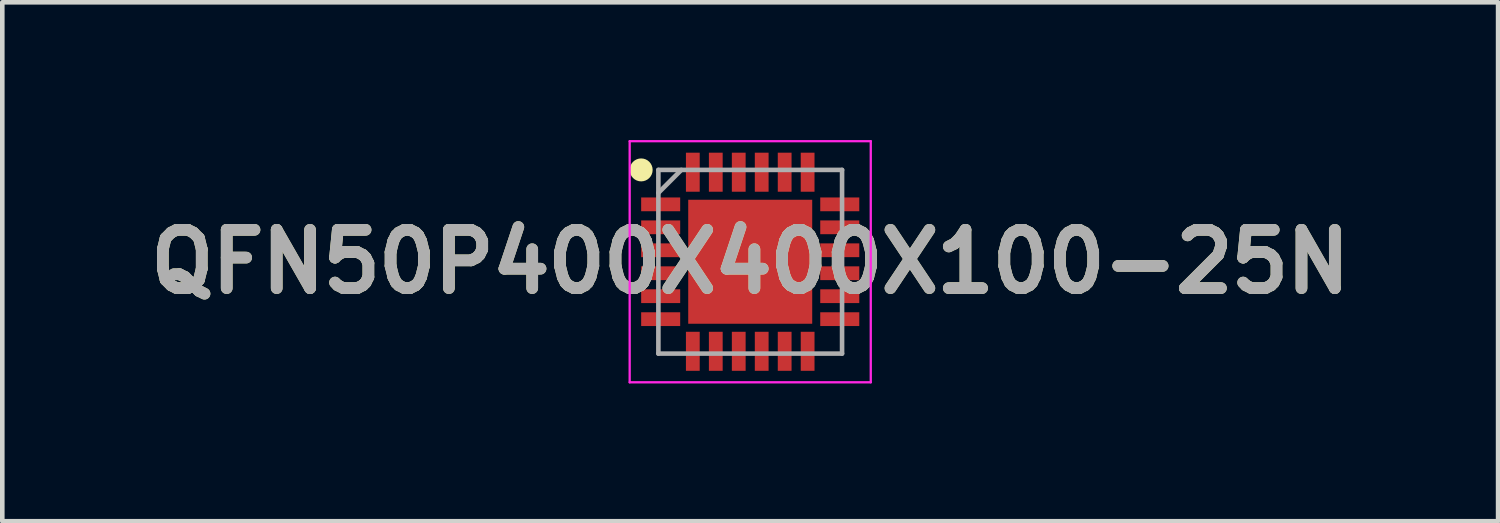
<source format=kicad_pcb>
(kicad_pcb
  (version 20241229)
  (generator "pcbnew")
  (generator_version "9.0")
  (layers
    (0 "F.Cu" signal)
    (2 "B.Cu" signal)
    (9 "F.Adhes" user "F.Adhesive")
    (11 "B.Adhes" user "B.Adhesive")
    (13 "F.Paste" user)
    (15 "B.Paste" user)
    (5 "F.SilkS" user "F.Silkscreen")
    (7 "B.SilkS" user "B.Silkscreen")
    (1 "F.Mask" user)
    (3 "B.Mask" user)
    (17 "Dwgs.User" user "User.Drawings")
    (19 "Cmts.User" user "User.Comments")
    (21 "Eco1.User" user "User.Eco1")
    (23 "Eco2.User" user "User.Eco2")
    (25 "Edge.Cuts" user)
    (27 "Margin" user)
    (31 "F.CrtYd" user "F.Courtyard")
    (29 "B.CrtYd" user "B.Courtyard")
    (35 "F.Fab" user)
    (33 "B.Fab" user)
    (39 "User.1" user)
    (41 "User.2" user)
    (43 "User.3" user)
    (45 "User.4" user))
  (footprint "QFN50P400X400X100-25N"
    (layer "F.Cu")
    (at 13.287 2.65)
    (property "Reference" "QFN50P400X400X100-25N" (at 0 0 0) (layer "F.SilkS") (effects (font (size 1.27 1.27) (thickness 0.254))))
    (attr smd)
    (fp_circle (center -2.375 -2) (end -2.375 -1.875) (stroke (width 0.25) (type solid)) (fill no) (layer "F.SilkS"))
    (fp_line (start -2.625 -2.625) (end 2.625 -2.625) (stroke (width 0.05) (type solid)) (layer "F.CrtYd"))
    (fp_line (start -2.625 2.625) (end -2.625 -2.625) (stroke (width 0.05) (type solid)) (layer "F.CrtYd"))
    (fp_line (start 2.625 -2.625) (end 2.625 2.625) (stroke (width 0.05) (type solid)) (layer "F.CrtYd"))
    (fp_line (start 2.625 2.625) (end -2.625 2.625) (stroke (width 0.05) (type solid)) (layer "F.CrtYd"))
    (fp_line (start -2 -2) (end 2 -2) (stroke (width 0.1) (type solid)) (layer "F.Fab"))
    (fp_line (start -2 -1.5) (end -1.5 -2) (stroke (width 0.1) (type solid)) (layer "F.Fab"))
    (fp_line (start -2 2) (end -2 -2) (stroke (width 0.1) (type solid)) (layer "F.Fab"))
    (fp_line (start 2 -2) (end 2 2) (stroke (width 0.1) (type solid)) (layer "F.Fab"))
    (fp_line (start 2 2) (end -2 2) (stroke (width 0.1) (type solid)) (layer "F.Fab"))
    (fp_text user "${REFERENCE}" (at 0 0 0) (layer "F.Fab") (effects (font (size 1.27 1.27) (thickness 0.254))))
    (pad "1" smd rect (at -1.95 -1.25 90) (size 0.3 0.85) (layers "F.Cu" "F.Mask" "F.Paste"))
    (pad "2" smd rect (at -1.95 -0.75 90) (size 0.3 0.85) (layers "F.Cu" "F.Mask" "F.Paste"))
    (pad "3" smd rect (at -1.95 -0.25 90) (size 0.3 0.85) (layers "F.Cu" "F.Mask" "F.Paste"))
    (pad "4" smd rect (at -1.95 0.25 90) (size 0.3 0.85) (layers "F.Cu" "F.Mask" "F.Paste"))
    (pad "5" smd rect (at -1.95 0.75 90) (size 0.3 0.85) (layers "F.Cu" "F.Mask" "F.Paste"))
    (pad "6" smd rect (at -1.95 1.25 90) (size 0.3 0.85) (layers "F.Cu" "F.Mask" "F.Paste"))
    (pad "7" smd rect (at -1.25 1.95) (size 0.3 0.85) (layers "F.Cu" "F.Mask" "F.Paste"))
    (pad "8" smd rect (at -0.75 1.95) (size 0.3 0.85) (layers "F.Cu" "F.Mask" "F.Paste"))
    (pad "9" smd rect (at -0.25 1.95) (size 0.3 0.85) (layers "F.Cu" "F.Mask" "F.Paste"))
    (pad "10" smd rect (at 0.25 1.95) (size 0.3 0.85) (layers "F.Cu" "F.Mask" "F.Paste"))
    (pad "11" smd rect (at 0.75 1.95) (size 0.3 0.85) (layers "F.Cu" "F.Mask" "F.Paste"))
    (pad "12" smd rect (at 1.25 1.95) (size 0.3 0.85) (layers "F.Cu" "F.Mask" "F.Paste"))
    (pad "13" smd rect (at 1.95 1.25 90) (size 0.3 0.85) (layers "F.Cu" "F.Mask" "F.Paste"))
    (pad "14" smd rect (at 1.95 0.75 90) (size 0.3 0.85) (layers "F.Cu" "F.Mask" "F.Paste"))
    (pad "15" smd rect (at 1.95 0.25 90) (size 0.3 0.85) (layers "F.Cu" "F.Mask" "F.Paste"))
    (pad "16" smd rect (at 1.95 -0.25 90) (size 0.3 0.85) (layers "F.Cu" "F.Mask" "F.Paste"))
    (pad "17" smd rect (at 1.95 -0.75 90) (size 0.3 0.85) (layers "F.Cu" "F.Mask" "F.Paste"))
    (pad "18" smd rect (at 1.95 -1.25 90) (size 0.3 0.85) (layers "F.Cu" "F.Mask" "F.Paste"))
    (pad "19" smd rect (at 1.25 -1.95) (size 0.3 0.85) (layers "F.Cu" "F.Mask" "F.Paste"))
    (pad "20" smd rect (at 0.75 -1.95) (size 0.3 0.85) (layers "F.Cu" "F.Mask" "F.Paste"))
    (pad "21" smd rect (at 0.25 -1.95) (size 0.3 0.85) (layers "F.Cu" "F.Mask" "F.Paste"))
    (pad "22" smd rect (at -0.25 -1.95) (size 0.3 0.85) (layers "F.Cu" "F.Mask" "F.Paste"))
    (pad "23" smd rect (at -0.75 -1.95) (size 0.3 0.85) (layers "F.Cu" "F.Mask" "F.Paste"))
    (pad "24" smd rect (at -1.25 -1.95) (size 0.3 0.85) (layers "F.Cu" "F.Mask" "F.Paste"))
    (pad "25" smd rect (at 0 0) (size 2.7 2.7) (layers "F.Cu" "F.Mask" "F.Paste")))
  (gr_rect
    (start -3 -3)
    (end 29.573 8.3)
    (stroke (width 0.1) (type default))
    (fill no)
    (layer "Edge.Cuts")))
</source>
